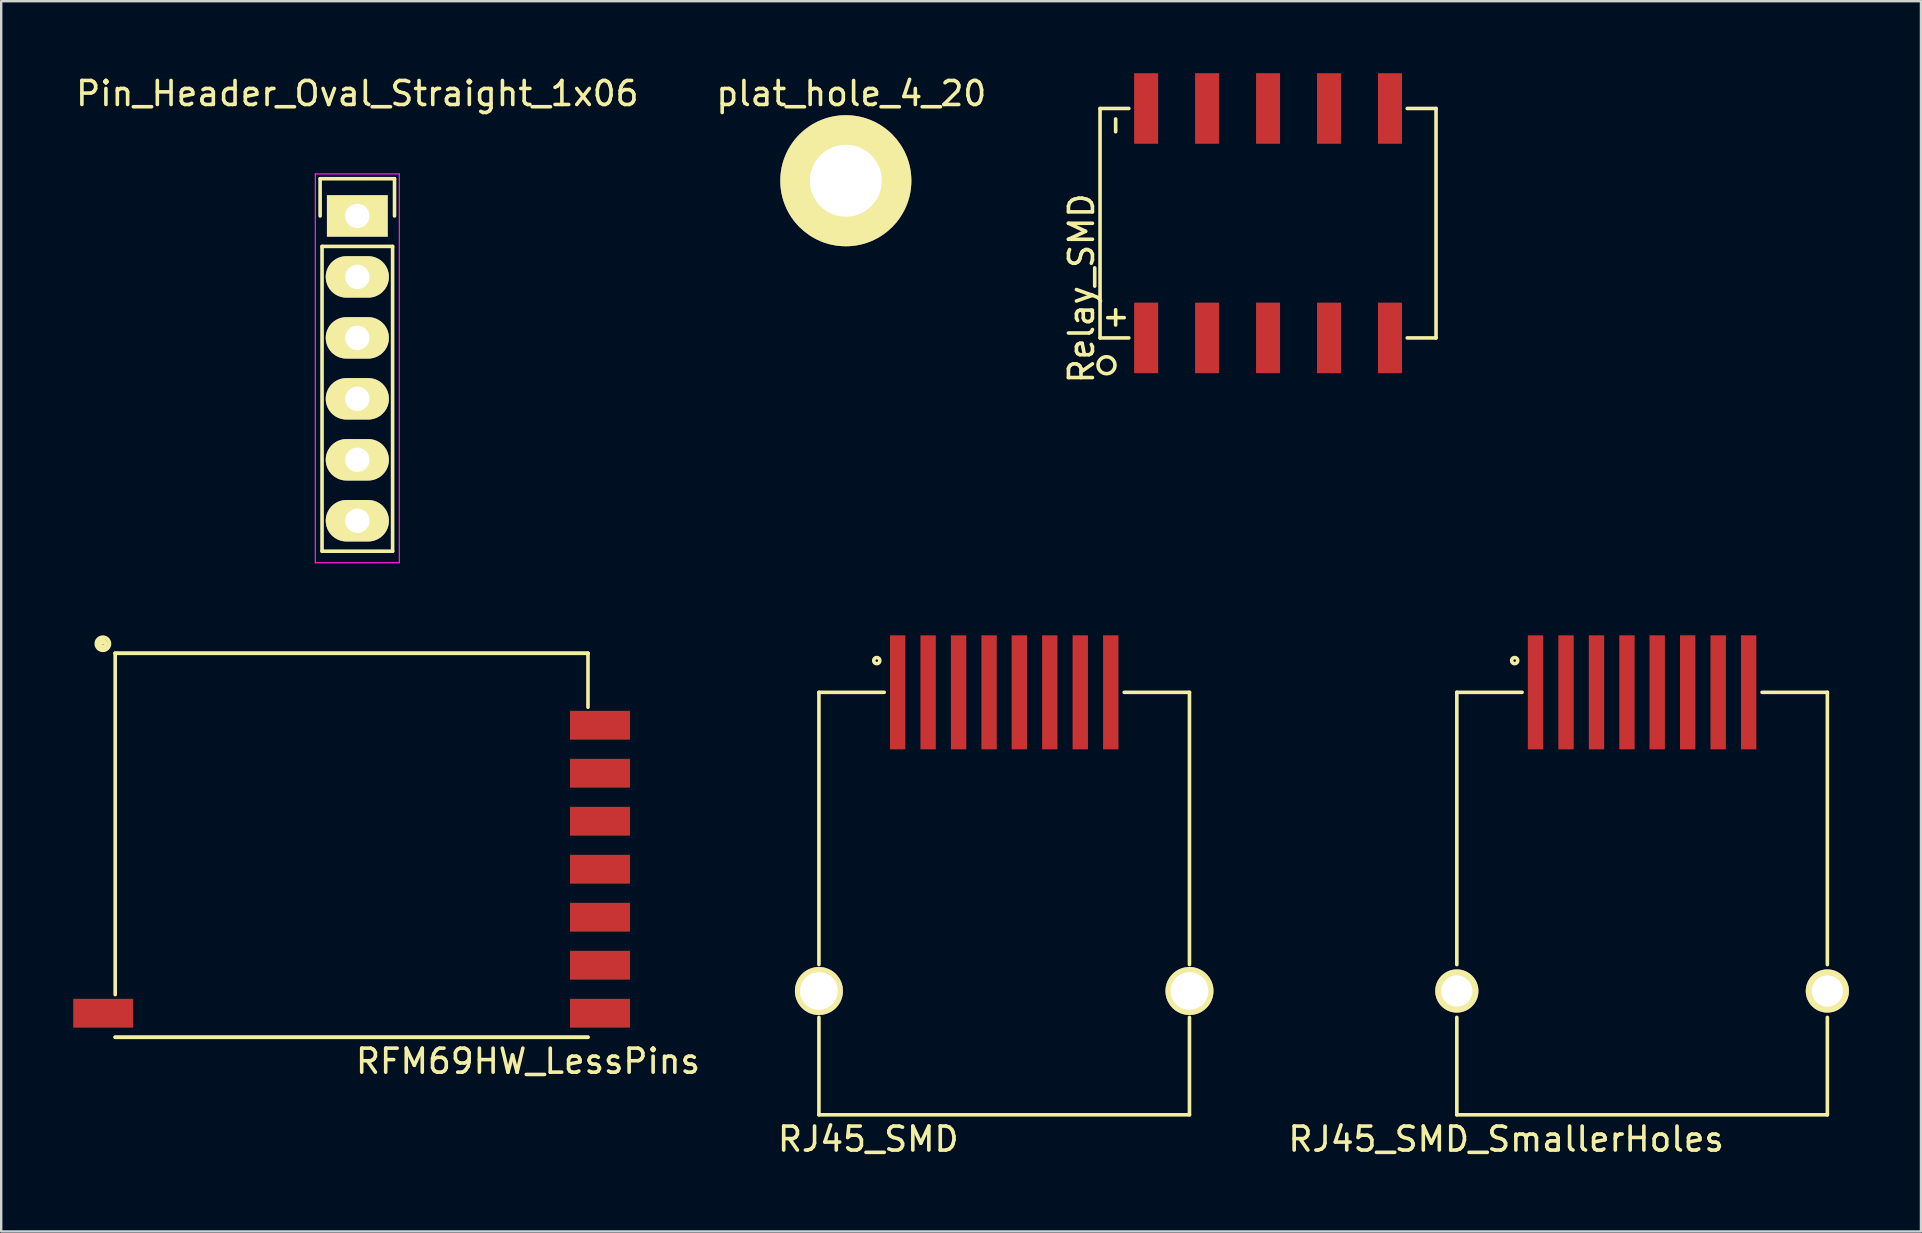
<source format=kicad_pcb>
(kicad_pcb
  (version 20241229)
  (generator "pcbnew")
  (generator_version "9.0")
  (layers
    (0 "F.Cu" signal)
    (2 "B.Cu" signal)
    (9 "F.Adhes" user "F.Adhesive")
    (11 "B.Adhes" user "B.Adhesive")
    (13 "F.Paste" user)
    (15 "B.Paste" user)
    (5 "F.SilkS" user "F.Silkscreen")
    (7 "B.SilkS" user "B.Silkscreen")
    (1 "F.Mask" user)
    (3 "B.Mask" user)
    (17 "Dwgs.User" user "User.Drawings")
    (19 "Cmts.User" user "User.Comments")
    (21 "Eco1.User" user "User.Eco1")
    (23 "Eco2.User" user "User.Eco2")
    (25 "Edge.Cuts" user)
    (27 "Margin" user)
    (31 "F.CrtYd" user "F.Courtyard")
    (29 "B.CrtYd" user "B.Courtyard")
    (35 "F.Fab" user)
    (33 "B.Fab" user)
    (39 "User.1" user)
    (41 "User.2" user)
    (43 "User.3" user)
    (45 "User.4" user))
  (footprint "RJ45_SMD"
    (layer "F.Cu")
    (at 38.793 38.243)
    (property "Reference" "RJ45_SMD" (at -5.664 6.172 0) (layer "F.SilkS") (effects (font (size 1 1) (thickness 0.15))))
    (attr through_hole)
    (fp_line (start -7.72 -1.1) (end -7.72 -12.445) (stroke (width 0.15) (type solid)) (layer "F.SilkS"))
    (fp_line (start -7.72 1.1) (end -7.72 5.16) (stroke (width 0.15) (type solid)) (layer "F.SilkS"))
    (fp_line (start -7.72 5.16) (end 7.72 5.16) (stroke (width 0.15) (type solid)) (layer "F.SilkS"))
    (fp_line (start -5 -12.445) (end -7.72 -12.445) (stroke (width 0.15) (type solid)) (layer "F.SilkS"))
    (fp_line (start 7.72 -12.445) (end 5 -12.445) (stroke (width 0.15) (type solid)) (layer "F.SilkS"))
    (fp_line (start 7.72 -1.1) (end 7.72 -12.445) (stroke (width 0.15) (type solid)) (layer "F.SilkS"))
    (fp_line (start 7.72 1.1) (end 7.72 5.16) (stroke (width 0.15) (type solid)) (layer "F.SilkS"))
    (fp_circle (center -5.309 -13.767) (end -5.232 -13.665) (stroke (width 0.15) (type solid)) (fill no) (layer "F.SilkS"))
    (pad "1" smd rect (at -4.44 -12.445) (size 0.64 4.75) (layers "F.Cu" "F.Mask" "F.Paste"))
    (pad "2" smd rect (at -3.17 -12.445) (size 0.64 4.75) (layers "F.Cu" "F.Mask" "F.Paste"))
    (pad "3" smd rect (at -1.9 -12.445) (size 0.64 4.75) (layers "F.Cu" "F.Mask" "F.Paste"))
    (pad "4" smd rect (at -0.63 -12.445) (size 0.64 4.75) (layers "F.Cu" "F.Mask" "F.Paste"))
    (pad "5" smd rect (at 0.63 -12.445) (size 0.64 4.75) (layers "F.Cu" "F.Mask" "F.Paste"))
    (pad "6" smd rect (at 1.9 -12.445) (size 0.64 4.75) (layers "F.Cu" "F.Mask" "F.Paste"))
    (pad "7" smd rect (at 3.17 -12.445) (size 0.64 4.75) (layers "F.Cu" "F.Mask" "F.Paste"))
    (pad "8" smd rect (at 4.44 -12.445) (size 0.64 4.75) (layers "F.Cu" "F.Mask" "F.Paste"))
    (pad "9" thru_hole circle (at -7.72 0) (size 2 2) (drill 1.57) (layers "*.Cu" "*.Mask" "F.SilkS"))
    (pad "10" thru_hole circle (at 7.72 0) (size 2 2) (drill 1.57) (layers "*.Cu" "*.Mask" "F.SilkS")))
  (footprint "RFM69HW_LessPins"
    (layer "F.Cu")
    (at 11.75 32.17)
    (property "Reference" "RFM69HW_LessPins" (at 7.2 9 0) (layer "F.SilkS") (effects (font (size 1 1) (thickness 0.15))))
    (attr through_hole)
    (fp_line (start -10 -8) (end -10 6.223) (stroke (width 0.15) (type solid)) (layer "F.SilkS"))
    (fp_line (start -10 8) (end 9.7 8) (stroke (width 0.15) (type solid)) (layer "F.SilkS"))
    (fp_line (start -10 8) (end 9.7 8) (stroke (width 0.15) (type solid)) (layer "F.SilkS"))
    (fp_line (start 9.7 -8) (end -10 -8) (stroke (width 0.15) (type solid)) (layer "F.SilkS"))
    (fp_line (start 9.7 -8) (end -10 -8) (stroke (width 0.15) (type solid)) (layer "F.SilkS"))
    (fp_line (start 9.7 -8) (end 9.7 -5.75) (stroke (width 0.15) (type solid)) (layer "F.SilkS"))
    (fp_circle (center -10.528 -8.382) (end -10.427 -8.26) (stroke (width 0.15) (type solid)) (fill no) (layer "F.SilkS"))
    (fp_circle (center -10.513 -8.397) (end -10.396 -8.148) (stroke (width 0.15) (type solid)) (fill no) (layer "F.SilkS"))
    (fp_circle (center -10.508 -8.362) (end -10.467 -8.28) (stroke (width 0.15) (type solid)) (fill no) (layer "F.SilkS"))
    (pad "8" smd rect (at -10.5 7) (size 2.5 1.2) (layers "F.Cu" "F.Mask" "F.Paste"))
    (pad "9" smd rect (at 10.2 7) (size 2.5 1.2) (layers "F.Cu" "F.Mask" "F.Paste"))
    (pad "10" smd rect (at 10.2 5) (size 2.5 1.2) (layers "F.Cu" "F.Mask" "F.Paste"))
    (pad "11" smd rect (at 10.2 3) (size 2.5 1.2) (layers "F.Cu" "F.Mask" "F.Paste"))
    (pad "12" smd rect (at 10.2 1) (size 2.5 1.2) (layers "F.Cu" "F.Mask" "F.Paste"))
    (pad "13" smd rect (at 10.2 -1) (size 2.5 1.2) (layers "F.Cu" "F.Mask" "F.Paste"))
    (pad "14" smd rect (at 10.2 -3) (size 2.5 1.2) (layers "F.Cu" "F.Mask" "F.Paste"))
    (pad "15" smd rect (at 10.2 -5) (size 2.5 1.2) (layers "F.Cu" "F.Mask" "F.Paste")))
  (footprint "plat_hole_4_20"
    (layer "F.Cu")
    (at 32.194 4.506)
    (property "Reference" "plat_hole_4_20" (at 0.229 -3.658 0) (layer "F.SilkS") (effects (font (size 1 1) (thickness 0.15))))
    (attr through_hole)
    (pad "1" thru_hole circle (at 0 -0.025) (size 5.461 5.461) (drill 2.997) (layers "*.Cu" "*.Mask" "F.SilkS")))
  (footprint "RJ45_SMD_SmallerHoles"
    (layer "F.Cu")
    (at 65.373 38.243)
    (property "Reference" "RJ45_SMD_SmallerHoles" (at -5.664 6.172 0) (layer "F.SilkS") (effects (font (size 1 1) (thickness 0.15))))
    (attr through_hole)
    (fp_line (start -7.72 -1.1) (end -7.72 -12.445) (stroke (width 0.15) (type solid)) (layer "F.SilkS"))
    (fp_line (start -7.72 1.1) (end -7.72 5.16) (stroke (width 0.15) (type solid)) (layer "F.SilkS"))
    (fp_line (start -7.72 5.16) (end 7.72 5.16) (stroke (width 0.15) (type solid)) (layer "F.SilkS"))
    (fp_line (start -5 -12.445) (end -7.72 -12.445) (stroke (width 0.15) (type solid)) (layer "F.SilkS"))
    (fp_line (start 7.72 -12.445) (end 5 -12.445) (stroke (width 0.15) (type solid)) (layer "F.SilkS"))
    (fp_line (start 7.72 -1.1) (end 7.72 -12.445) (stroke (width 0.15) (type solid)) (layer "F.SilkS"))
    (fp_line (start 7.72 1.1) (end 7.72 5.16) (stroke (width 0.15) (type solid)) (layer "F.SilkS"))
    (fp_circle (center -5.309 -13.767) (end -5.232 -13.665) (stroke (width 0.15) (type solid)) (fill no) (layer "F.SilkS"))
    (pad "1" smd rect (at -4.44 -12.445) (size 0.64 4.75) (layers "F.Cu" "F.Mask" "F.Paste"))
    (pad "2" smd rect (at -3.17 -12.445) (size 0.64 4.75) (layers "F.Cu" "F.Mask" "F.Paste"))
    (pad "3" smd rect (at -1.9 -12.445) (size 0.64 4.75) (layers "F.Cu" "F.Mask" "F.Paste"))
    (pad "4" smd rect (at -0.63 -12.445) (size 0.64 4.75) (layers "F.Cu" "F.Mask" "F.Paste"))
    (pad "5" smd rect (at 0.63 -12.445) (size 0.64 4.75) (layers "F.Cu" "F.Mask" "F.Paste"))
    (pad "6" smd rect (at 1.9 -12.445) (size 0.64 4.75) (layers "F.Cu" "F.Mask" "F.Paste"))
    (pad "7" smd rect (at 3.17 -12.445) (size 0.64 4.75) (layers "F.Cu" "F.Mask" "F.Paste"))
    (pad "8" smd rect (at 4.44 -12.445) (size 0.64 4.75) (layers "F.Cu" "F.Mask" "F.Paste"))
    (pad "9" thru_hole circle (at -7.72 0) (size 1.8 1.8) (drill 1.3) (layers "*.Cu" "*.Mask" "F.SilkS"))
    (pad "9" thru_hole circle (at 7.72 0) (size 1.8 1.8) (drill 1.3) (layers "*.Cu" "*.Mask" "F.SilkS")))
  (footprint "Pin_Header_Oval_Straight_1x06"
    (layer "F.Cu")
    (at 11.839 5.948)
    (property "Reference" "Pin_Header_Oval_Straight_1x06" (at 0 -5.1 0) (layer "F.SilkS") (effects (font (size 1 1) (thickness 0.15))))
    (attr through_hole)
    (fp_line (start -1.55 -1.55) (end 1.55 -1.55) (stroke (width 0.15) (type solid)) (layer "F.SilkS"))
    (fp_line (start -1.55 0) (end -1.55 -1.55) (stroke (width 0.15) (type solid)) (layer "F.SilkS"))
    (fp_line (start -1.47 13.97) (end -1.47 1.27) (stroke (width 0.15) (type solid)) (layer "F.SilkS"))
    (fp_line (start 1.47 1.27) (end -1.47 1.27) (stroke (width 0.15) (type solid)) (layer "F.SilkS"))
    (fp_line (start 1.47 1.27) (end 1.47 13.97) (stroke (width 0.15) (type solid)) (layer "F.SilkS"))
    (fp_line (start 1.47 13.97) (end -1.47 13.97) (stroke (width 0.15) (type solid)) (layer "F.SilkS"))
    (fp_line (start 1.55 -1.55) (end 1.55 0) (stroke (width 0.15) (type solid)) (layer "F.SilkS"))
    (fp_line (start -1.75 -1.75) (end -1.75 14.45) (stroke (width 0.05) (type solid)) (layer "F.CrtYd"))
    (fp_line (start -1.75 -1.75) (end 1.75 -1.75) (stroke (width 0.05) (type solid)) (layer "F.CrtYd"))
    (fp_line (start -1.75 14.45) (end 1.75 14.45) (stroke (width 0.05) (type solid)) (layer "F.CrtYd"))
    (fp_line (start 1.75 -1.75) (end 1.75 14.45) (stroke (width 0.05) (type solid)) (layer "F.CrtYd"))
    (pad "1" thru_hole rect (at 0 0) (size 2.532 1.727) (drill 1.016) (layers "*.Cu" "*.Mask" "F.SilkS"))
    (pad "2" thru_hole oval (at 0 2.54) (size 2.632 1.727) (drill 1.016) (layers "*.Cu" "*.Mask" "F.SilkS"))
    (pad "3" thru_hole oval (at 0 5.08) (size 2.632 1.727) (drill 1.016) (layers "*.Cu" "*.Mask" "F.SilkS"))
    (pad "4" thru_hole oval (at 0 7.62) (size 2.632 1.727) (drill 1.016) (layers "*.Cu" "*.Mask" "F.SilkS"))
    (pad "5" thru_hole oval (at 0 10.16) (size 2.632 1.727) (drill 1.016) (layers "*.Cu" "*.Mask" "F.SilkS"))
    (pad "6" thru_hole oval (at 0 12.7) (size 2.632 1.727) (drill 1.016) (layers "*.Cu" "*.Mask" "F.SilkS")))
  (footprint "Relay_SMD"
    (layer "F.Cu")
    (at 49.787 6.25)
    (property "Reference" "Relay_SMD" (at -7.772 2.718 90) (layer "F.SilkS") (effects (font (size 1 1) (thickness 0.15))))
    (attr through_hole)
    (fp_line (start -7 -4.78) (end -5.8 -4.78) (stroke (width 0.15) (type solid)) (layer "F.SilkS"))
    (fp_line (start -7 4.78) (end -7 -4.78) (stroke (width 0.15) (type solid)) (layer "F.SilkS"))
    (fp_line (start -6.35 -4.343) (end -6.35 -3.81) (stroke (width 0.15) (type solid)) (layer "F.SilkS"))
    (fp_line (start -6.35 4.242) (end -6.35 3.607) (stroke (width 0.15) (type solid)) (layer "F.SilkS"))
    (fp_line (start -5.994 3.937) (end -6.68 3.937) (stroke (width 0.15) (type solid)) (layer "F.SilkS"))
    (fp_line (start -5.8 4.78) (end -7 4.78) (stroke (width 0.15) (type solid)) (layer "F.SilkS"))
    (fp_line (start 5.8 -4.78) (end 7 -4.78) (stroke (width 0.15) (type solid)) (layer "F.SilkS"))
    (fp_line (start 7 -4.78) (end 7 4.78) (stroke (width 0.15) (type solid)) (layer "F.SilkS"))
    (fp_line (start 7 4.78) (end 5.8 4.78) (stroke (width 0.15) (type solid)) (layer "F.SilkS"))
    (fp_circle (center -6.731 5.918) (end -6.426 6.096) (stroke (width 0.15) (type solid)) (fill no) (layer "F.SilkS"))
    (pad "1" smd rect (at -5.08 4.78) (size 1 2.94) (layers "F.Cu" "F.Mask" "F.Paste"))
    (pad "2" smd rect (at -2.54 4.78) (size 1 2.94) (layers "F.Cu" "F.Mask" "F.Paste"))
    (pad "3" smd rect (at 0 4.78) (size 1 2.94) (layers "F.Cu" "F.Mask" "F.Paste"))
    (pad "4" smd rect (at 2.54 4.78) (size 1 2.94) (layers "F.Cu" "F.Mask" "F.Paste"))
    (pad "5" smd rect (at 5.08 4.78) (size 1 2.94) (layers "F.Cu" "F.Mask" "F.Paste"))
    (pad "6" smd rect (at 5.08 -4.78) (size 1 2.94) (layers "F.Cu" "F.Mask" "F.Paste"))
    (pad "7" smd rect (at 2.54 -4.78) (size 1 2.94) (layers "F.Cu" "F.Mask" "F.Paste"))
    (pad "8" smd rect (at 0 -4.78) (size 1 2.94) (layers "F.Cu" "F.Mask" "F.Paste"))
    (pad "9" smd rect (at -2.54 -4.78) (size 1 2.94) (layers "F.Cu" "F.Mask" "F.Paste"))
    (pad "10" smd rect (at -5.08 -4.78) (size 1 2.94) (layers "F.Cu" "F.Mask" "F.Paste")))
  (gr_rect
    (start -3 -3)
    (end 76.993 48.264)
    (stroke (width 0.1) (type default))
    (fill no)
    (layer "Edge.Cuts")))
</source>
